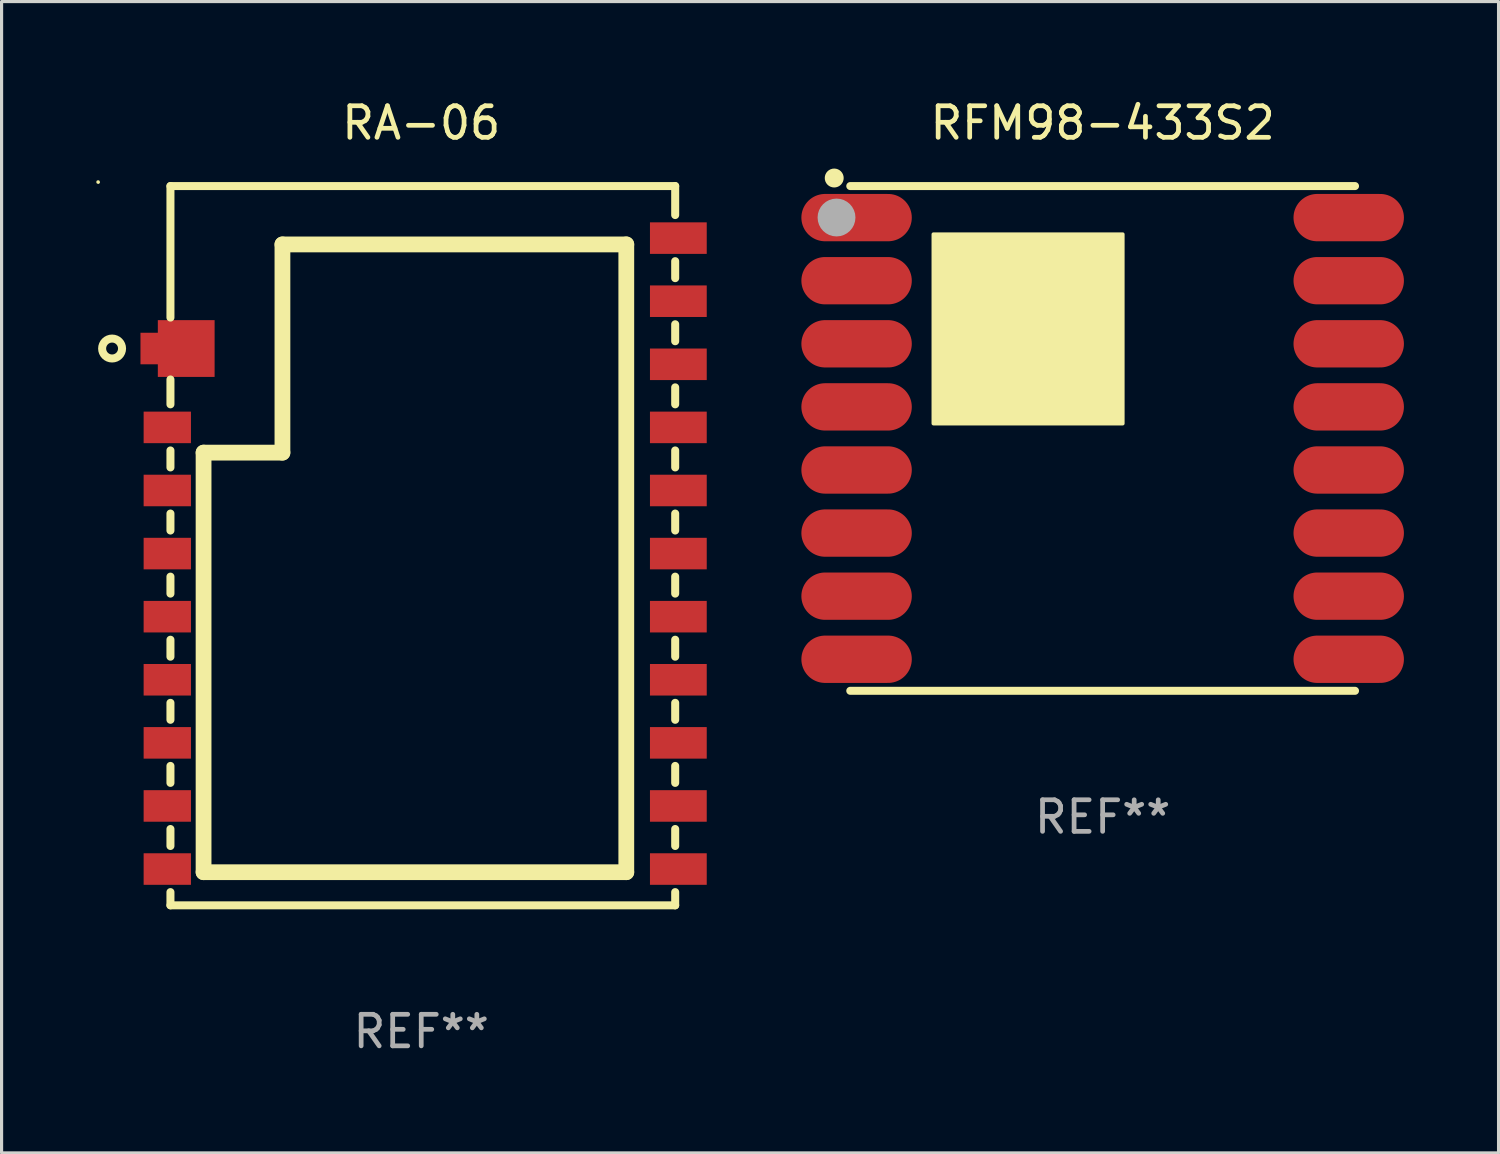
<source format=kicad_pcb>
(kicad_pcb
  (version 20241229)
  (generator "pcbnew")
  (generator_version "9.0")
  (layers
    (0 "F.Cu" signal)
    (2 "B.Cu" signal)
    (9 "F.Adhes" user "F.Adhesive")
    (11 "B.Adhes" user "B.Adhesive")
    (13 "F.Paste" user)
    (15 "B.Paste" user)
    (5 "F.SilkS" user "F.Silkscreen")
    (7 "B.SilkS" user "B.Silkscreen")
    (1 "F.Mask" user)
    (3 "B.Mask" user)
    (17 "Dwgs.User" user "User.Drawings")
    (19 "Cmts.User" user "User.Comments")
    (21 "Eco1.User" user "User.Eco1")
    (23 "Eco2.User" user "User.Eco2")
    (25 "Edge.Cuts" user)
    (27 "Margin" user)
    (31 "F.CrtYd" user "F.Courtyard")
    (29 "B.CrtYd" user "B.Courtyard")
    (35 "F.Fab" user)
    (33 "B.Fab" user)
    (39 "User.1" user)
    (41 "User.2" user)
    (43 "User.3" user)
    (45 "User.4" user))
  (footprint "RA-06"
    (layer "F.Cu")
    (at 10.303 14.248)
    (property "Reference" "RA-06" (at 0 -13.4 0) (layer "F.SilkS") (effects (font (size 1 1) (thickness 0.15))))
    (attr through_hole)
    (fp_line (start -7.95 -7.231) (end -7.95 -11.4) (stroke (width 0.254) (type solid)) (layer "F.SilkS"))
    (fp_line (start -7.95 -4.481) (end -7.95 -5.269) (stroke (width 0.254) (type solid)) (layer "F.SilkS"))
    (fp_line (start -7.95 -2.481) (end -7.95 -3.019) (stroke (width 0.254) (type solid)) (layer "F.SilkS"))
    (fp_line (start -7.95 -0.481) (end -7.95 -1.019) (stroke (width 0.254) (type solid)) (layer "F.SilkS"))
    (fp_line (start -7.95 1.519) (end -7.95 0.981) (stroke (width 0.254) (type solid)) (layer "F.SilkS"))
    (fp_line (start -7.95 3.519) (end -7.95 2.981) (stroke (width 0.254) (type solid)) (layer "F.SilkS"))
    (fp_line (start -7.95 5.519) (end -7.95 4.981) (stroke (width 0.254) (type solid)) (layer "F.SilkS"))
    (fp_line (start -7.95 7.519) (end -7.95 6.981) (stroke (width 0.254) (type solid)) (layer "F.SilkS"))
    (fp_line (start -7.95 9.519) (end -7.95 8.981) (stroke (width 0.254) (type solid)) (layer "F.SilkS"))
    (fp_line (start -7.95 11.4) (end -7.95 10.981) (stroke (width 0.254) (type solid)) (layer "F.SilkS"))
    (fp_line (start -7.95 11.4) (end 8.05 11.4) (stroke (width 0.254) (type solid)) (layer "F.SilkS"))
    (fp_line (start -6.9 -2.95) (end -6.9 10.35) (stroke (width 0.5) (type solid)) (layer "F.SilkS"))
    (fp_line (start -6.9 10.35) (end 6.5 10.35) (stroke (width 0.5) (type solid)) (layer "F.SilkS"))
    (fp_line (start -4.4 -9.55) (end -4.4 -2.95) (stroke (width 0.5) (type solid)) (layer "F.SilkS"))
    (fp_line (start -4.4 -2.95) (end -6.9 -2.95) (stroke (width 0.5) (type solid)) (layer "F.SilkS"))
    (fp_line (start 6.5 -9.55) (end -4.4 -9.55) (stroke (width 0.5) (type solid)) (layer "F.SilkS"))
    (fp_line (start 6.5 10.35) (end 6.5 -9.55) (stroke (width 0.5) (type solid)) (layer "F.SilkS"))
    (fp_line (start 8.05 -11.4) (end -7.95 -11.4) (stroke (width 0.254) (type solid)) (layer "F.SilkS"))
    (fp_line (start 8.05 -11.4) (end 8.05 -10.481) (stroke (width 0.254) (type solid)) (layer "F.SilkS"))
    (fp_line (start 8.05 -9.019) (end 8.05 -8.481) (stroke (width 0.254) (type solid)) (layer "F.SilkS"))
    (fp_line (start 8.05 -6.481) (end 8.05 -7.019) (stroke (width 0.254) (type solid)) (layer "F.SilkS"))
    (fp_line (start 8.05 -4.481) (end 8.05 -5.019) (stroke (width 0.254) (type solid)) (layer "F.SilkS"))
    (fp_line (start 8.05 -2.481) (end 8.05 -3.019) (stroke (width 0.254) (type solid)) (layer "F.SilkS"))
    (fp_line (start 8.05 -0.481) (end 8.05 -1.019) (stroke (width 0.254) (type solid)) (layer "F.SilkS"))
    (fp_line (start 8.05 1.519) (end 8.05 0.981) (stroke (width 0.254) (type solid)) (layer "F.SilkS"))
    (fp_line (start 8.05 3.519) (end 8.05 2.981) (stroke (width 0.254) (type solid)) (layer "F.SilkS"))
    (fp_line (start 8.05 5.519) (end 8.05 4.981) (stroke (width 0.254) (type solid)) (layer "F.SilkS"))
    (fp_line (start 8.05 7.519) (end 8.05 6.981) (stroke (width 0.254) (type solid)) (layer "F.SilkS"))
    (fp_line (start 8.05 9.519) (end 8.05 8.981) (stroke (width 0.254) (type solid)) (layer "F.SilkS"))
    (fp_line (start 8.05 11.4) (end 8.05 10.981) (stroke (width 0.254) (type solid)) (layer "F.SilkS"))
    (fp_circle (center -10.243 -11.527) (end -10.213 -11.527) (stroke (width 0.06) (type solid)) (fill no) (layer "F.SilkS"))
    (fp_circle (center -9.8 -6.25) (end -9.484 -6.25) (stroke (width 0.254) (type solid)) (fill no) (layer "F.SilkS"))
    (fp_text user "Ra-06" (at -3.3 7.25 0) (layer "B.Mask") (effects (font (size 1 1) (thickness 0.15))))
    (fp_text user "REF**" (at 0 15.4 0) (layer "F.Fab") (effects (font (size 1 1) (thickness 0.15))))
    (pad "1" smd rect (at -8.15 -6.25 180) (size 1.5 1) (layers "F.Cu" "F.Mask" "F.Paste"))
    (pad "1" smd rect (at -7.45 -6.25 90) (size 1.8 1.8) (layers "F.Cu" "F.Mask" "F.Paste"))
    (pad "2" smd rect (at -8.05 -3.75 90) (size 1 1.5) (layers "F.Cu" "F.Mask" "F.Paste"))
    (pad "3" smd rect (at -8.05 -1.75 90) (size 1 1.5) (layers "F.Cu" "F.Mask" "F.Paste"))
    (pad "4" smd rect (at -8.05 0.25 90) (size 1 1.5) (layers "F.Cu" "F.Mask" "F.Paste"))
    (pad "5" smd rect (at -8.05 2.25 90) (size 1 1.5) (layers "F.Cu" "F.Mask" "F.Paste"))
    (pad "6" smd rect (at -8.05 4.25 90) (size 1 1.5) (layers "F.Cu" "F.Mask" "F.Paste"))
    (pad "7" smd rect (at -8.05 6.25 90) (size 1 1.5) (layers "F.Cu" "F.Mask" "F.Paste"))
    (pad "8" smd rect (at -8.05 8.25 90) (size 1 1.5) (layers "F.Cu" "F.Mask" "F.Paste"))
    (pad "9" smd rect (at -8.05 10.25 90) (size 1 1.5) (layers "F.Cu" "F.Mask" "F.Paste"))
    (pad "10" smd rect (at 8.15 10.25 90) (size 1 1.8) (layers "F.Cu" "F.Mask" "F.Paste"))
    (pad "11" smd rect (at 8.15 8.25 90) (size 1 1.8) (layers "F.Cu" "F.Mask" "F.Paste"))
    (pad "12" smd rect (at 8.15 6.25 90) (size 1 1.8) (layers "F.Cu" "F.Mask" "F.Paste"))
    (pad "13" smd rect (at 8.15 4.25 90) (size 1 1.8) (layers "F.Cu" "F.Mask" "F.Paste"))
    (pad "14" smd rect (at 8.15 2.25 90) (size 1 1.8) (layers "F.Cu" "F.Mask" "F.Paste"))
    (pad "15" smd rect (at 8.15 0.25 90) (size 1 1.8) (layers "F.Cu" "F.Mask" "F.Paste"))
    (pad "16" smd rect (at 8.15 -1.75 90) (size 1 1.8) (layers "F.Cu" "F.Mask" "F.Paste"))
    (pad "17" smd rect (at 8.15 -3.75 90) (size 1 1.8) (layers "F.Cu" "F.Mask" "F.Paste"))
    (pad "18" smd rect (at 8.15 -5.75 90) (size 1 1.8) (layers "F.Cu" "F.Mask" "F.Paste"))
    (pad "19" smd rect (at 8.15 -7.75 90) (size 1 1.8) (layers "F.Cu" "F.Mask" "F.Paste"))
    (pad "20" smd rect (at 8.15 -9.75 90) (size 1 1.8) (layers "F.Cu" "F.Mask" "F.Paste")))
  (footprint "RFM98-433S2"
    (layer "F.Cu")
    (at 31.903 10.848)
    (property "Reference" "RFM98-433S2" (at 0 -10 0) (layer "F.SilkS") (effects (font (size 1 1) (thickness 0.15))))
    (attr through_hole)
    (fp_line (start -8 -8) (end 8 -8) (stroke (width 0.254) (type solid)) (layer "F.SilkS"))
    (fp_line (start -8 8) (end 8 8) (stroke (width 0.254) (type solid)) (layer "F.SilkS"))
    (fp_circle (center -8.509 -8.255) (end -8.359 -8.255) (stroke (width 0.3) (type solid)) (fill no) (layer "F.SilkS"))
    (fp_circle (center -8 -8) (end -7.97 -8) (stroke (width 0.06) (type solid)) (fill no) (layer "F.SilkS"))
    (fp_poly (pts (xy -5.364 -6.472) (xy 0.636 -6.472) (xy 0.636 -0.472) (xy -5.364 -0.472)) (stroke (width 0.12) (type solid)) (fill yes) (layer "F.SilkS"))
    (fp_circle (center -8.436 -7.003) (end -8.136 -7.003) (stroke (width 0.6) (type solid)) (fill no) (layer "F.Fab"))
    (fp_text user "IC" (at -3.429 -3.302 0) (layer "B.Mask") (effects (font (size 1 1) (thickness 0.15))))
    (fp_text user "REF**" (at 0 12 0) (layer "F.Fab") (effects (font (size 1 1) (thickness 0.15))))
    (pad "1" smd oval (at -7.8 -7) (size 3.5 1.5) (layers "F.Cu" "F.Mask" "F.Paste"))
    (pad "2" smd oval (at -7.8 -5) (size 3.5 1.5) (layers "F.Cu" "F.Mask" "F.Paste"))
    (pad "3" smd oval (at -7.8 -3) (size 3.5 1.5) (layers "F.Cu" "F.Mask" "F.Paste"))
    (pad "4" smd oval (at -7.8 -1) (size 3.5 1.5) (layers "F.Cu" "F.Mask" "F.Paste"))
    (pad "5" smd oval (at -7.8 1) (size 3.5 1.5) (layers "F.Cu" "F.Mask" "F.Paste"))
    (pad "6" smd oval (at -7.8 3) (size 3.5 1.5) (layers "F.Cu" "F.Mask" "F.Paste"))
    (pad "7" smd oval (at -7.8 5) (size 3.5 1.5) (layers "F.Cu" "F.Mask" "F.Paste"))
    (pad "8" smd oval (at -7.8 7) (size 3.5 1.5) (layers "F.Cu" "F.Mask" "F.Paste"))
    (pad "9" smd oval (at 7.8 7) (size 3.5 1.5) (layers "F.Cu" "F.Mask" "F.Paste"))
    (pad "10" smd oval (at 7.8 5) (size 3.5 1.5) (layers "F.Cu" "F.Mask" "F.Paste"))
    (pad "11" smd oval (at 7.8 3) (size 3.5 1.5) (layers "F.Cu" "F.Mask" "F.Paste"))
    (pad "12" smd oval (at 7.8 1) (size 3.5 1.5) (layers "F.Cu" "F.Mask" "F.Paste"))
    (pad "13" smd oval (at 7.8 -1) (size 3.5 1.5) (layers "F.Cu" "F.Mask" "F.Paste"))
    (pad "14" smd oval (at 7.8 -3) (size 3.5 1.5) (layers "F.Cu" "F.Mask" "F.Paste"))
    (pad "15" smd oval (at 7.8 -5) (size 3.5 1.5) (layers "F.Cu" "F.Mask" "F.Paste"))
    (pad "16" smd oval (at 7.8 -7) (size 3.5 1.5) (layers "F.Cu" "F.Mask" "F.Paste")))
  (gr_rect
    (start -3 -3)
    (end 44.453 33.497)
    (stroke (width 0.1) (type default))
    (fill no)
    (layer "Edge.Cuts")))
</source>
